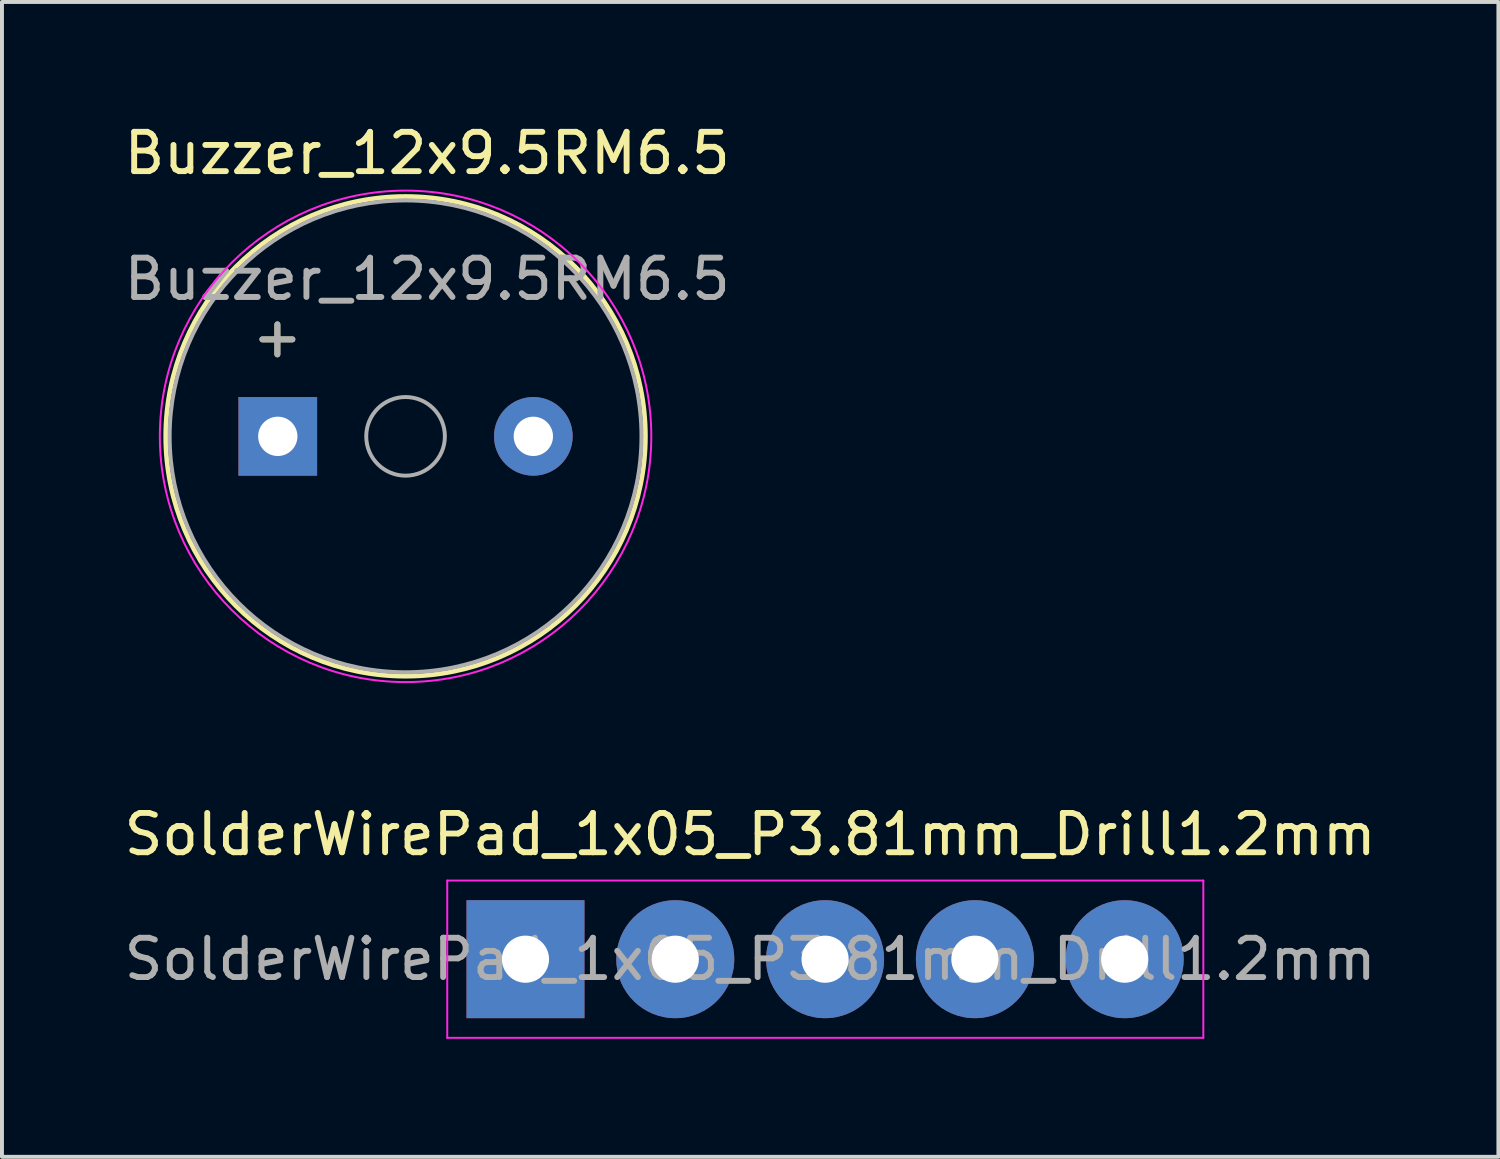
<source format=kicad_pcb>
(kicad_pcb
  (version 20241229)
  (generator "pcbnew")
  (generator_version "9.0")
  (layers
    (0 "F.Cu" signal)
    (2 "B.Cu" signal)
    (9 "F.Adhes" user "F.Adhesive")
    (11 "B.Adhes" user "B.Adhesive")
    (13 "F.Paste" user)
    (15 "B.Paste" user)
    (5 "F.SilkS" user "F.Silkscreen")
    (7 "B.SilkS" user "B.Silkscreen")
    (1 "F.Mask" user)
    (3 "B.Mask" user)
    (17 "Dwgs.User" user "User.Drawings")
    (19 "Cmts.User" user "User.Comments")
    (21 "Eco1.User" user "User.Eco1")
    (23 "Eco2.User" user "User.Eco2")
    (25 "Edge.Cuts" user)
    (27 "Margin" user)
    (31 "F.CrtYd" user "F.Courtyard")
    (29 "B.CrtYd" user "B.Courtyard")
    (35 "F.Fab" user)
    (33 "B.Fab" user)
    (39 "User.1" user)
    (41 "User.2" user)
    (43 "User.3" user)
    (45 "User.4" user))
  (footprint "Buzzer_12x9.5RM6.5"
    (layer "F.Cu")
    (at 4.015 8.048)
    (property "Reference" "Buzzer_12x9.5RM6.5" (at 3.8 -7.2 0) (layer "F.SilkS") (effects (font (size 1 1) (thickness 0.15))))
    (attr through_hole)
    (fp_circle (center 3.25 0) (end 9.35 0) (stroke (width 0.12) (type solid)) (fill no) (layer "F.SilkS"))
    (fp_circle (center 3.25 0) (end 9.5 0) (stroke (width 0.05) (type solid)) (fill no) (layer "F.CrtYd"))
    (fp_circle (center 3.25 0) (end 4.25 0) (stroke (width 0.1) (type solid)) (fill no) (layer "F.Fab"))
    (fp_circle (center 3.25 0) (end 9.25 0) (stroke (width 0.1) (type solid)) (fill no) (layer "F.Fab"))
    (fp_text user "+" (at -0.01 -2.54 0) (layer "F.SilkS") (effects (font (size 1 1) (thickness 0.15))))
    (fp_text user "${REFERENCE}" (at 3.8 -4 0) (layer "F.Fab") (effects (font (size 1 1) (thickness 0.15))))
    (fp_text user "+" (at -0.01 -2.54 0) (layer "F.Fab") (effects (font (size 1 1) (thickness 0.15))))
    (pad "1" thru_hole rect (at 0 0) (size 2 2) (drill 1) (layers "*.Cu" "*.Mask"))
    (pad "2" thru_hole circle (at 6.5 0) (size 2 2) (drill 1) (layers "*.Cu" "*.Mask")))
  (footprint "SolderWirePad_1x05_P3.81mm_Drill1.2mm"
    (layer "F.Cu")
    (at 10.315 21.346)
    (property "Reference" "SolderWirePad_1x05_P3.81mm_Drill1.2mm" (at 5.715 -3.175 0) (layer "F.SilkS") (effects (font (size 1 1) (thickness 0.15))))
    (attr exclude_from_pos_files exclude_from_bom)
    (fp_line (start -1.99 -2) (end -1.99 2) (stroke (width 0.05) (type solid)) (layer "F.CrtYd"))
    (fp_line (start -1.99 -2) (end 17.24 -2) (stroke (width 0.05) (type solid)) (layer "F.CrtYd"))
    (fp_line (start 17.24 2) (end -1.99 2) (stroke (width 0.05) (type solid)) (layer "F.CrtYd"))
    (fp_line (start 17.24 2) (end 17.24 -2) (stroke (width 0.05) (type solid)) (layer "F.CrtYd"))
    (fp_text user "${REFERENCE}" (at 5.715 0 0) (layer "F.Fab") (effects (font (size 1 1) (thickness 0.15))))
    (pad "1" thru_hole rect (at 0 0) (size 3 3) (drill 1.199) (layers "*.Cu" "*.Mask"))
    (pad "2" thru_hole circle (at 3.81 0) (size 3 3) (drill 1.199) (layers "*.Cu" "*.Mask"))
    (pad "3" thru_hole circle (at 7.62 0) (size 3 3) (drill 1.199) (layers "*.Cu" "*.Mask"))
    (pad "4" thru_hole circle (at 11.43 0) (size 3 3) (drill 1.199) (layers "*.Cu" "*.Mask"))
    (pad "5" thru_hole circle (at 15.24 0) (size 3 3) (drill 1.199) (layers "*.Cu" "*.Mask")))
  (gr_rect
    (start -3 -3)
    (end 35.06 26.372)
    (stroke (width 0.1) (type default))
    (fill no)
    (layer "Edge.Cuts")))
</source>
